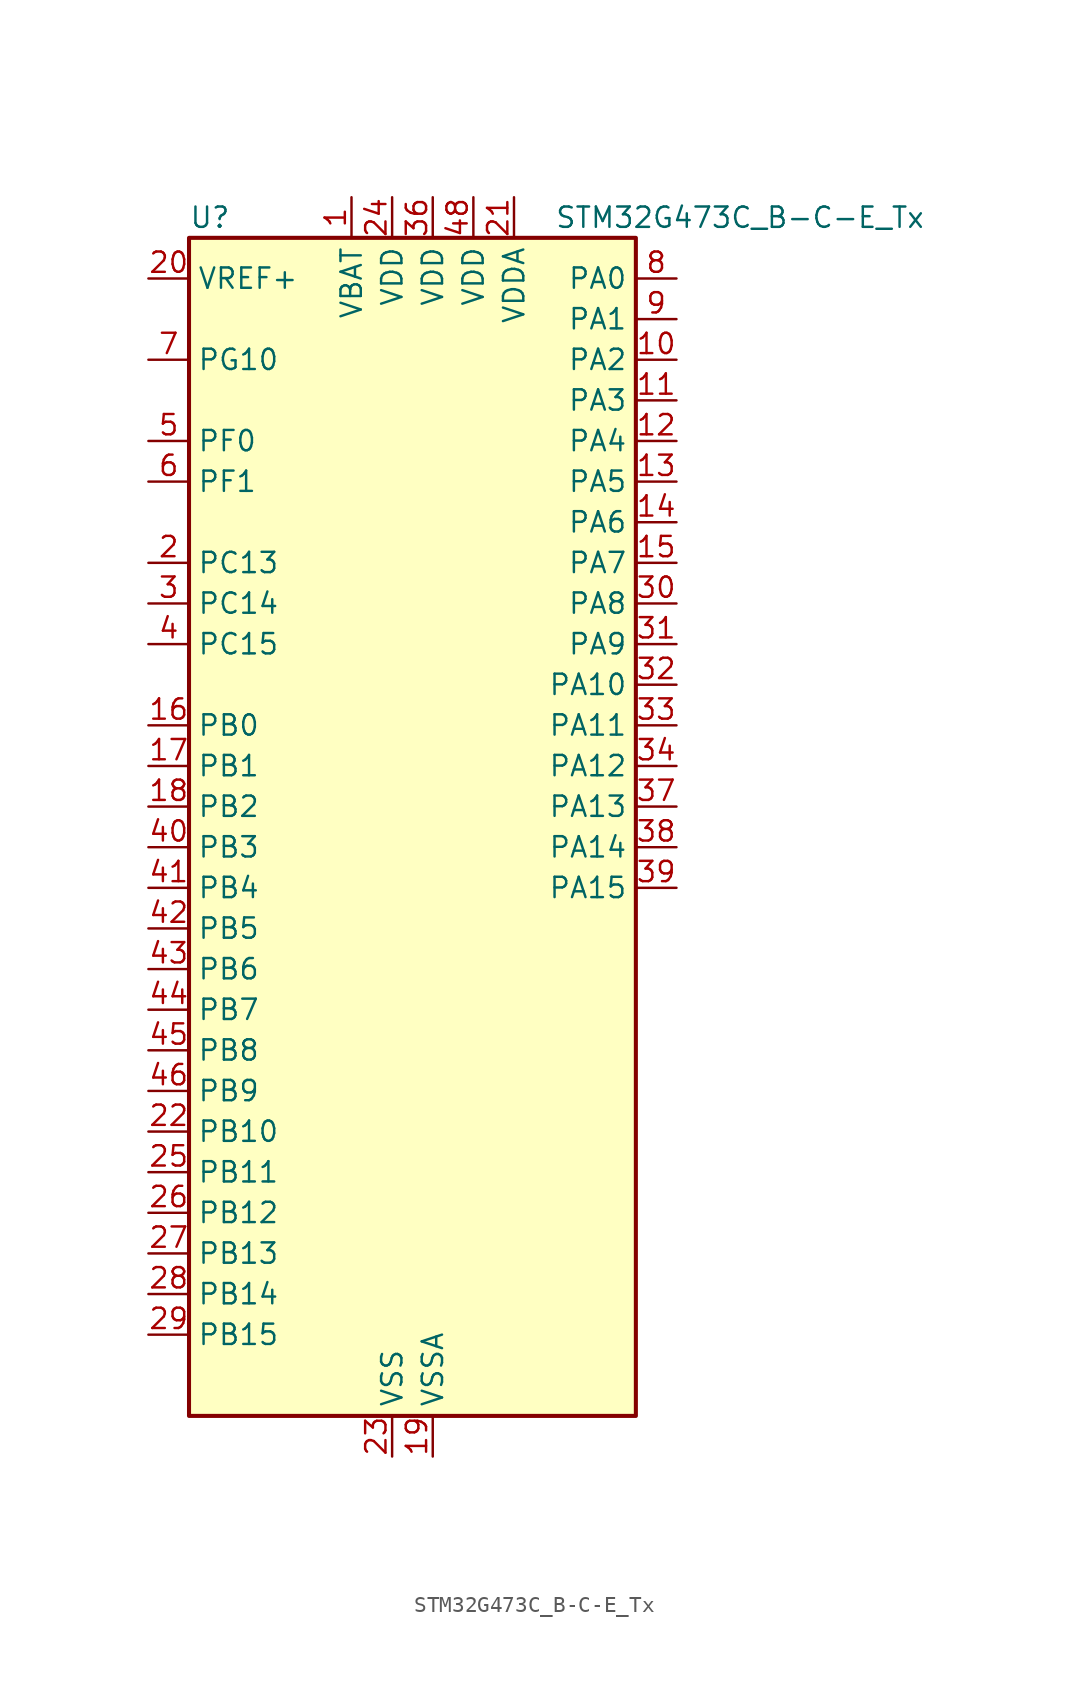
<source format=kicad_sym>
(kicad_symbol_lib
  (version 20220914)
  (generator kicad_symbol_editor)
  (symbol "STM32G473C_B-C-E_Tx"
    (property "Reference" "U"
      (at -12.7 39.37 0)
      (effects (font (size 1.27 1.27)) (justify left)))
    (property "Value" "STM32G473C_B-C-E_Tx"
      (at 10.16 39.37 0)
      (effects (font (size 1.27 1.27)) (justify left)))
    (property "ki_locked" ""
      (at 0 0 0)
      (effects (font (size 1.27 1.27))))
    (symbol "STM32G473C_B-C-E_Tx_0_1"
      (rectangle (start -12.7 -35.56) (end 15.24 38.1) (stroke (width 0.254) (type default)) (fill (type background))))
    (symbol "STM32G473C_B-C-E_Tx_1_1"
      (pin power_in line (at -2.54 40.64 270) (length 2.54) (name "VBAT" (effects (font (size 1.27 1.27)))) (number "1" (effects (font (size 1.27 1.27)))))
      (pin bidirectional line (at 17.78 30.48 180) (length 2.54) (name "PA2" (effects (font (size 1.27 1.27)))) (number "10" (effects (font (size 1.27 1.27)))) (alternate "ADC1_IN3" bidirectional line) (alternate "ADC3_EXTI2" bidirectional line) (alternate "ADC4_EXTI2" bidirectional line) (alternate "ADC5_EXTI2" bidirectional line) (alternate "COMP2_INM" bidirectional line) (alternate "COMP2_OUT" bidirectional line) (alternate "LPUART1_TX" bidirectional line) (alternate "OPAMP1_VOUT" bidirectional line) (alternate "QUADSPI1_BK1_NCS" bidirectional line) (alternate "RCC_LSCO" bidirectional line) (alternate "SYS_WKUP4" bidirectional line) (alternate "TIM15_CH1" bidirectional line) (alternate "TIM2_CH3" bidirectional line) (alternate "TIM5_CH3" bidirectional line) (alternate "UCPD1_FRSTX1" bidirectional line) (alternate "UCPD1_FRSTX2" bidirectional line) (alternate "USART2_TX" bidirectional line))
      (pin bidirectional line (at 17.78 27.94 180) (length 2.54) (name "PA3" (effects (font (size 1.27 1.27)))) (number "11" (effects (font (size 1.27 1.27)))) (alternate "ADC1_IN4" bidirectional line) (alternate "ADC3_EXTI3" bidirectional line) (alternate "ADC4_EXTI3" bidirectional line) (alternate "ADC5_EXTI3" bidirectional line) (alternate "COMP2_INP" bidirectional line) (alternate "LPUART1_RX" bidirectional line) (alternate "OPAMP1_VINM" bidirectional line) (alternate "OPAMP1_VINM0" bidirectional line) (alternate "OPAMP1_VINM_SEC" bidirectional line) (alternate "OPAMP1_VINP" bidirectional line) (alternate "OPAMP1_VINP_SEC" bidirectional line) (alternate "OPAMP5_VINM" bidirectional line) (alternate "OPAMP5_VINM1" bidirectional line) (alternate "OPAMP5_VINM_SEC" bidirectional line) (alternate "QUADSPI1_CLK" bidirectional line) (alternate "SAI1_CK1" bidirectional line) (alternate "SAI1_MCLK_A" bidirectional line) (alternate "TIM15_CH2" bidirectional line) (alternate "TIM2_CH4" bidirectional line) (alternate "TIM5_CH4" bidirectional line) (alternate "USART2_RX" bidirectional line))
      (pin bidirectional line (at 17.78 25.4 180) (length 2.54) (name "PA4" (effects (font (size 1.27 1.27)))) (number "12" (effects (font (size 1.27 1.27)))) (alternate "ADC2_IN17" bidirectional line) (alternate "COMP1_INM" bidirectional line) (alternate "DAC1_OUT1" bidirectional line) (alternate "I2S3_WS" bidirectional line) (alternate "SAI1_FS_B" bidirectional line) (alternate "SPI1_NSS" bidirectional line) (alternate "SPI3_NSS" bidirectional line) (alternate "TIM3_CH2" bidirectional line) (alternate "USART2_CK" bidirectional line))
      (pin bidirectional line (at 17.78 22.86 180) (length 2.54) (name "PA5" (effects (font (size 1.27 1.27)))) (number "13" (effects (font (size 1.27 1.27)))) (alternate "ADC2_IN13" bidirectional line) (alternate "COMP2_INM" bidirectional line) (alternate "DAC1_OUT2" bidirectional line) (alternate "OPAMP2_VINM" bidirectional line) (alternate "OPAMP2_VINM0" bidirectional line) (alternate "OPAMP2_VINM_SEC" bidirectional line) (alternate "SPI1_SCK" bidirectional line) (alternate "TIM2_CH1" bidirectional line) (alternate "TIM2_ETR" bidirectional line) (alternate "UCPD1_FRSTX1" bidirectional line) (alternate "UCPD1_FRSTX2" bidirectional line))
      (pin bidirectional line (at 17.78 20.32 180) (length 2.54) (name "PA6" (effects (font (size 1.27 1.27)))) (number "14" (effects (font (size 1.27 1.27)))) (alternate "ADC2_IN3" bidirectional line) (alternate "COMP1_OUT" bidirectional line) (alternate "DAC2_OUT1" bidirectional line) (alternate "LPUART1_CTS" bidirectional line) (alternate "OPAMP2_VOUT" bidirectional line) (alternate "QUADSPI1_BK1_IO3" bidirectional line) (alternate "SPI1_MISO" bidirectional line) (alternate "TIM16_CH1" bidirectional line) (alternate "TIM1_BKIN" bidirectional line) (alternate "TIM3_CH1" bidirectional line) (alternate "TIM8_BKIN" bidirectional line))
      (pin bidirectional line (at 17.78 17.78 180) (length 2.54) (name "PA7" (effects (font (size 1.27 1.27)))) (number "15" (effects (font (size 1.27 1.27)))) (alternate "ADC2_IN4" bidirectional line) (alternate "COMP2_INP" bidirectional line) (alternate "COMP2_OUT" bidirectional line) (alternate "OPAMP1_VINP" bidirectional line) (alternate "OPAMP1_VINP_SEC" bidirectional line) (alternate "OPAMP2_VINP" bidirectional line) (alternate "OPAMP2_VINP_SEC" bidirectional line) (alternate "QUADSPI1_BK1_IO2" bidirectional line) (alternate "SPI1_MOSI" bidirectional line) (alternate "TIM17_CH1" bidirectional line) (alternate "TIM1_CH1N" bidirectional line) (alternate "TIM3_CH2" bidirectional line) (alternate "TIM8_CH1N" bidirectional line) (alternate "UCPD1_FRSTX1" bidirectional line) (alternate "UCPD1_FRSTX2" bidirectional line))
      (pin bidirectional line (at -15.24 7.62 0) (length 2.54) (name "PB0" (effects (font (size 1.27 1.27)))) (number "16" (effects (font (size 1.27 1.27)))) (alternate "ADC1_IN15" bidirectional line) (alternate "ADC3_IN12" bidirectional line) (alternate "COMP4_INP" bidirectional line) (alternate "OPAMP2_VINP" bidirectional line) (alternate "OPAMP2_VINP_SEC" bidirectional line) (alternate "OPAMP3_VINP" bidirectional line) (alternate "OPAMP3_VINP_SEC" bidirectional line) (alternate "QUADSPI1_BK1_IO1" bidirectional line) (alternate "TIM1_CH2N" bidirectional line) (alternate "TIM3_CH3" bidirectional line) (alternate "TIM8_CH2N" bidirectional line) (alternate "UCPD1_FRSTX1" bidirectional line) (alternate "UCPD1_FRSTX2" bidirectional line))
      (pin bidirectional line (at -15.24 5.08 0) (length 2.54) (name "PB1" (effects (font (size 1.27 1.27)))) (number "17" (effects (font (size 1.27 1.27)))) (alternate "ADC1_IN12" bidirectional line) (alternate "ADC3_IN1" bidirectional line) (alternate "COMP1_INP" bidirectional line) (alternate "COMP4_OUT" bidirectional line) (alternate "LPUART1_DE" bidirectional line) (alternate "LPUART1_RTS" bidirectional line) (alternate "OPAMP3_VOUT" bidirectional line) (alternate "OPAMP6_VINM" bidirectional line) (alternate "OPAMP6_VINM1" bidirectional line) (alternate "OPAMP6_VINM_SEC" bidirectional line) (alternate "QUADSPI1_BK1_IO0" bidirectional line) (alternate "TIM1_CH3N" bidirectional line) (alternate "TIM3_CH4" bidirectional line) (alternate "TIM8_CH3N" bidirectional line))
      (pin bidirectional line (at -15.24 2.54 0) (length 2.54) (name "PB2" (effects (font (size 1.27 1.27)))) (number "18" (effects (font (size 1.27 1.27)))) (alternate "ADC2_IN12" bidirectional line) (alternate "ADC3_EXTI2" bidirectional line) (alternate "ADC4_EXTI2" bidirectional line) (alternate "ADC5_EXTI2" bidirectional line) (alternate "COMP4_INM" bidirectional line) (alternate "I2C3_SMBA" bidirectional line) (alternate "LPTIM1_OUT" bidirectional line) (alternate "OPAMP3_VINM" bidirectional line) (alternate "OPAMP3_VINM0" bidirectional line) (alternate "OPAMP3_VINM_SEC" bidirectional line) (alternate "QUADSPI1_BK2_IO1" bidirectional line) (alternate "RTC_OUT2" bidirectional line) (alternate "TIM20_CH1" bidirectional line) (alternate "TIM5_CH1" bidirectional line))
      (pin power_in line (at 2.54 -38.1 90) (length 2.54) (name "VSSA" (effects (font (size 1.27 1.27)))) (number "19" (effects (font (size 1.27 1.27)))))
      (pin bidirectional line (at -15.24 17.78 0) (length 2.54) (name "PC13" (effects (font (size 1.27 1.27)))) (number "2" (effects (font (size 1.27 1.27)))) (alternate "RTC_OUT1" bidirectional line) (alternate "RTC_TAMP1" bidirectional line) (alternate "RTC_TS" bidirectional line) (alternate "SYS_WKUP2" bidirectional line) (alternate "TIM1_BKIN" bidirectional line) (alternate "TIM1_CH1N" bidirectional line) (alternate "TIM8_CH4N" bidirectional line))
      (pin input line (at -15.24 35.56 0) (length 2.54) (name "VREF+" (effects (font (size 1.27 1.27)))) (number "20" (effects (font (size 1.27 1.27)))) (alternate "VREFBUF_OUT" bidirectional line))
      (pin power_in line (at 7.62 40.64 270) (length 2.54) (name "VDDA" (effects (font (size 1.27 1.27)))) (number "21" (effects (font (size 1.27 1.27)))))
      (pin bidirectional line (at -15.24 -17.78 0) (length 2.54) (name "PB10" (effects (font (size 1.27 1.27)))) (number "22" (effects (font (size 1.27 1.27)))) (alternate "COMP5_INM" bidirectional line) (alternate "DAC1_EXTI10" bidirectional line) (alternate "DAC2_EXTI10" bidirectional line) (alternate "DAC3_EXTI10" bidirectional line) (alternate "DAC4_EXTI10" bidirectional line) (alternate "LPUART1_RX" bidirectional line) (alternate "OPAMP3_VINM" bidirectional line) (alternate "OPAMP3_VINM1" bidirectional line) (alternate "OPAMP3_VINM_SEC" bidirectional line) (alternate "OPAMP4_VINM" bidirectional line) (alternate "OPAMP4_VINM0" bidirectional line) (alternate "OPAMP4_VINM_SEC" bidirectional line) (alternate "QUADSPI1_CLK" bidirectional line) (alternate "SAI1_SCK_A" bidirectional line) (alternate "TIM1_BKIN" bidirectional line) (alternate "TIM2_CH3" bidirectional line) (alternate "USART3_TX" bidirectional line))
      (pin power_in line (at 0 -38.1 90) (length 2.54) (name "VSS" (effects (font (size 1.27 1.27)))) (number "23" (effects (font (size 1.27 1.27)))))
      (pin power_in line (at 0 40.64 270) (length 2.54) (name "VDD" (effects (font (size 1.27 1.27)))) (number "24" (effects (font (size 1.27 1.27)))))
      (pin bidirectional line (at -15.24 -20.32 0) (length 2.54) (name "PB11" (effects (font (size 1.27 1.27)))) (number "25" (effects (font (size 1.27 1.27)))) (alternate "ADC1_EXTI11" bidirectional line) (alternate "ADC1_IN14" bidirectional line) (alternate "ADC2_EXTI11" bidirectional line) (alternate "ADC2_IN14" bidirectional line) (alternate "COMP6_INP" bidirectional line) (alternate "LPUART1_TX" bidirectional line) (alternate "OPAMP4_VINP" bidirectional line) (alternate "OPAMP4_VINP_SEC" bidirectional line) (alternate "OPAMP6_VOUT" bidirectional line) (alternate "QUADSPI1_BK1_NCS" bidirectional line) (alternate "TIM2_CH4" bidirectional line) (alternate "USART3_RX" bidirectional line))
      (pin bidirectional line (at -15.24 -22.86 0) (length 2.54) (name "PB12" (effects (font (size 1.27 1.27)))) (number "26" (effects (font (size 1.27 1.27)))) (alternate "ADC1_IN11" bidirectional line) (alternate "ADC4_IN3" bidirectional line) (alternate "COMP7_INM" bidirectional line) (alternate "FDCAN2_RX" bidirectional line) (alternate "I2C2_SMBA" bidirectional line) (alternate "I2S2_WS" bidirectional line) (alternate "LPUART1_DE" bidirectional line) (alternate "LPUART1_RTS" bidirectional line) (alternate "OPAMP4_VOUT" bidirectional line) (alternate "OPAMP6_VINP" bidirectional line) (alternate "OPAMP6_VINP_SEC" bidirectional line) (alternate "SPI2_NSS" bidirectional line) (alternate "TIM1_BKIN" bidirectional line) (alternate "TIM5_ETR" bidirectional line) (alternate "USART3_CK" bidirectional line))
      (pin bidirectional line (at -15.24 -25.4 0) (length 2.54) (name "PB13" (effects (font (size 1.27 1.27)))) (number "27" (effects (font (size 1.27 1.27)))) (alternate "ADC3_IN5" bidirectional line) (alternate "COMP5_INP" bidirectional line) (alternate "FDCAN2_TX" bidirectional line) (alternate "I2S2_CK" bidirectional line) (alternate "LPUART1_CTS" bidirectional line) (alternate "OPAMP3_VINP" bidirectional line) (alternate "OPAMP3_VINP_SEC" bidirectional line) (alternate "OPAMP4_VINP" bidirectional line) (alternate "OPAMP4_VINP_SEC" bidirectional line) (alternate "OPAMP6_VINP" bidirectional line) (alternate "OPAMP6_VINP_SEC" bidirectional line) (alternate "SPI2_SCK" bidirectional line) (alternate "TIM1_CH1N" bidirectional line) (alternate "USART3_CTS" bidirectional line) (alternate "USART3_NSS" bidirectional line))
      (pin bidirectional line (at -15.24 -27.94 0) (length 2.54) (name "PB14" (effects (font (size 1.27 1.27)))) (number "28" (effects (font (size 1.27 1.27)))) (alternate "ADC1_IN5" bidirectional line) (alternate "ADC4_IN4" bidirectional line) (alternate "COMP4_OUT" bidirectional line) (alternate "COMP7_INP" bidirectional line) (alternate "OPAMP2_VINP" bidirectional line) (alternate "OPAMP2_VINP_SEC" bidirectional line) (alternate "OPAMP5_VINP" bidirectional line) (alternate "OPAMP5_VINP_SEC" bidirectional line) (alternate "SPI2_MISO" bidirectional line) (alternate "TIM15_CH1" bidirectional line) (alternate "TIM1_CH2N" bidirectional line) (alternate "USART3_DE" bidirectional line) (alternate "USART3_RTS" bidirectional line))
      (pin bidirectional line (at -15.24 -30.48 0) (length 2.54) (name "PB15" (effects (font (size 1.27 1.27)))) (number "29" (effects (font (size 1.27 1.27)))) (alternate "ADC1_EXTI15" bidirectional line) (alternate "ADC2_EXTI15" bidirectional line) (alternate "ADC2_IN15" bidirectional line) (alternate "ADC4_IN5" bidirectional line) (alternate "COMP3_OUT" bidirectional line) (alternate "COMP6_INM" bidirectional line) (alternate "I2S2_SD" bidirectional line) (alternate "OPAMP5_VINM" bidirectional line) (alternate "OPAMP5_VINM0" bidirectional line) (alternate "OPAMP5_VINM_SEC" bidirectional line) (alternate "RTC_REFIN" bidirectional line) (alternate "SPI2_MOSI" bidirectional line) (alternate "TIM15_CH1N" bidirectional line) (alternate "TIM15_CH2" bidirectional line) (alternate "TIM1_CH3N" bidirectional line))
      (pin bidirectional line (at -15.24 15.24 0) (length 2.54) (name "PC14" (effects (font (size 1.27 1.27)))) (number "3" (effects (font (size 1.27 1.27)))) (alternate "RCC_OSC32_IN" bidirectional line))
      (pin bidirectional line (at 17.78 15.24 180) (length 2.54) (name "PA8" (effects (font (size 1.27 1.27)))) (number "30" (effects (font (size 1.27 1.27)))) (alternate "ADC5_IN1" bidirectional line) (alternate "COMP7_OUT" bidirectional line) (alternate "FDCAN3_RX" bidirectional line) (alternate "I2C2_SDA" bidirectional line) (alternate "I2C3_SCL" bidirectional line) (alternate "I2S2_MCK" bidirectional line) (alternate "OPAMP5_VOUT" bidirectional line) (alternate "RCC_MCO" bidirectional line) (alternate "SAI1_CK2" bidirectional line) (alternate "SAI1_SCK_A" bidirectional line) (alternate "TIM1_CH1" bidirectional line) (alternate "TIM4_ETR" bidirectional line) (alternate "USART1_CK" bidirectional line))
      (pin bidirectional line (at 17.78 12.7 180) (length 2.54) (name "PA9" (effects (font (size 1.27 1.27)))) (number "31" (effects (font (size 1.27 1.27)))) (alternate "ADC5_IN2" bidirectional line) (alternate "COMP5_OUT" bidirectional line) (alternate "DAC1_EXTI9" bidirectional line) (alternate "DAC2_EXTI9" bidirectional line) (alternate "DAC3_EXTI9" bidirectional line) (alternate "DAC4_EXTI9" bidirectional line) (alternate "I2C2_SCL" bidirectional line) (alternate "I2C3_SMBA" bidirectional line) (alternate "I2S3_MCK" bidirectional line) (alternate "SAI1_FS_A" bidirectional line) (alternate "TIM15_BKIN" bidirectional line) (alternate "TIM1_CH2" bidirectional line) (alternate "TIM2_CH3" bidirectional line) (alternate "UCPD1_DBCC1" bidirectional line) (alternate "USART1_TX" bidirectional line))
      (pin bidirectional line (at 17.78 10.16 180) (length 2.54) (name "PA10" (effects (font (size 1.27 1.27)))) (number "32" (effects (font (size 1.27 1.27)))) (alternate "COMP6_OUT" bidirectional line) (alternate "CRS_SYNC" bidirectional line) (alternate "DAC1_EXTI10" bidirectional line) (alternate "DAC2_EXTI10" bidirectional line) (alternate "DAC3_EXTI10" bidirectional line) (alternate "DAC4_EXTI10" bidirectional line) (alternate "I2C2_SMBA" bidirectional line) (alternate "SAI1_D1" bidirectional line) (alternate "SAI1_SD_A" bidirectional line) (alternate "SPI2_MISO" bidirectional line) (alternate "TIM17_BKIN" bidirectional line) (alternate "TIM1_CH3" bidirectional line) (alternate "TIM2_CH4" bidirectional line) (alternate "TIM8_BKIN" bidirectional line) (alternate "UCPD1_DBCC2" bidirectional line) (alternate "USART1_RX" bidirectional line))
      (pin bidirectional line (at 17.78 7.62 180) (length 2.54) (name "PA11" (effects (font (size 1.27 1.27)))) (number "33" (effects (font (size 1.27 1.27)))) (alternate "ADC1_EXTI11" bidirectional line) (alternate "ADC2_EXTI11" bidirectional line) (alternate "COMP1_OUT" bidirectional line) (alternate "FDCAN1_RX" bidirectional line) (alternate "I2S2_SD" bidirectional line) (alternate "SPI2_MOSI" bidirectional line) (alternate "TIM1_BKIN2" bidirectional line) (alternate "TIM1_CH1N" bidirectional line) (alternate "TIM1_CH4" bidirectional line) (alternate "TIM4_CH1" bidirectional line) (alternate "USART1_CTS" bidirectional line) (alternate "USART1_NSS" bidirectional line) (alternate "USB_DM" bidirectional line))
      (pin bidirectional line (at 17.78 5.08 180) (length 2.54) (name "PA12" (effects (font (size 1.27 1.27)))) (number "34" (effects (font (size 1.27 1.27)))) (alternate "COMP2_OUT" bidirectional line) (alternate "FDCAN1_TX" bidirectional line) (alternate "I2S_CKIN" bidirectional line) (alternate "TIM16_CH1" bidirectional line) (alternate "TIM1_CH2N" bidirectional line) (alternate "TIM1_ETR" bidirectional line) (alternate "TIM4_CH2" bidirectional line) (alternate "USART1_DE" bidirectional line) (alternate "USART1_RTS" bidirectional line) (alternate "USB_DP" bidirectional line))
      (pin passive line (at 0 -38.1 90) (length 2.54) hide (name "VSS" (effects (font (size 1.27 1.27)))) (number "35" (effects (font (size 1.27 1.27)))))
      (pin power_in line (at 2.54 40.64 270) (length 2.54) (name "VDD" (effects (font (size 1.27 1.27)))) (number "36" (effects (font (size 1.27 1.27)))))
      (pin bidirectional line (at 17.78 2.54 180) (length 2.54) (name "PA13" (effects (font (size 1.27 1.27)))) (number "37" (effects (font (size 1.27 1.27)))) (alternate "I2C1_SCL" bidirectional line) (alternate "I2C4_SCL" bidirectional line) (alternate "IR_OUT" bidirectional line) (alternate "SAI1_SD_B" bidirectional line) (alternate "SYS_JTMS-SWDIO" bidirectional line) (alternate "TIM16_CH1N" bidirectional line) (alternate "TIM4_CH3" bidirectional line) (alternate "USART3_CTS" bidirectional line) (alternate "USART3_NSS" bidirectional line))
      (pin bidirectional line (at 17.78 0 180) (length 2.54) (name "PA14" (effects (font (size 1.27 1.27)))) (number "38" (effects (font (size 1.27 1.27)))) (alternate "I2C1_SDA" bidirectional line) (alternate "I2C4_SMBA" bidirectional line) (alternate "LPTIM1_OUT" bidirectional line) (alternate "SAI1_FS_B" bidirectional line) (alternate "SYS_JTCK-SWCLK" bidirectional line) (alternate "TIM1_BKIN" bidirectional line) (alternate "TIM8_CH2" bidirectional line) (alternate "USART2_TX" bidirectional line))
      (pin bidirectional line (at 17.78 -2.54 180) (length 2.54) (name "PA15" (effects (font (size 1.27 1.27)))) (number "39" (effects (font (size 1.27 1.27)))) (alternate "ADC1_EXTI15" bidirectional line) (alternate "ADC2_EXTI15" bidirectional line) (alternate "FDCAN3_TX" bidirectional line) (alternate "I2C1_SCL" bidirectional line) (alternate "I2S3_WS" bidirectional line) (alternate "SPI1_NSS" bidirectional line) (alternate "SPI3_NSS" bidirectional line) (alternate "SYS_JTDI" bidirectional line) (alternate "TIM1_BKIN" bidirectional line) (alternate "TIM2_CH1" bidirectional line) (alternate "TIM2_ETR" bidirectional line) (alternate "TIM8_CH1" bidirectional line) (alternate "USART2_RX" bidirectional line))
      (pin bidirectional line (at -15.24 12.7 0) (length 2.54) (name "PC15" (effects (font (size 1.27 1.27)))) (number "4" (effects (font (size 1.27 1.27)))) (alternate "ADC1_EXTI15" bidirectional line) (alternate "ADC2_EXTI15" bidirectional line) (alternate "RCC_OSC32_OUT" bidirectional line))
      (pin bidirectional line (at -15.24 0 0) (length 2.54) (name "PB3" (effects (font (size 1.27 1.27)))) (number "40" (effects (font (size 1.27 1.27)))) (alternate "ADC3_EXTI3" bidirectional line) (alternate "ADC4_EXTI3" bidirectional line) (alternate "ADC5_EXTI3" bidirectional line) (alternate "CRS_SYNC" bidirectional line) (alternate "FDCAN3_RX" bidirectional line) (alternate "I2S3_CK" bidirectional line) (alternate "SAI1_SCK_B" bidirectional line) (alternate "SPI1_SCK" bidirectional line) (alternate "SPI3_SCK" bidirectional line) (alternate "SYS_JTDO-SWO" bidirectional line) (alternate "TIM2_CH2" bidirectional line) (alternate "TIM3_ETR" bidirectional line) (alternate "TIM4_ETR" bidirectional line) (alternate "TIM8_CH1N" bidirectional line) (alternate "USART2_TX" bidirectional line))
      (pin bidirectional line (at -15.24 -2.54 0) (length 2.54) (name "PB4" (effects (font (size 1.27 1.27)))) (number "41" (effects (font (size 1.27 1.27)))) (alternate "FDCAN3_TX" bidirectional line) (alternate "SAI1_MCLK_B" bidirectional line) (alternate "SPI1_MISO" bidirectional line) (alternate "SPI3_MISO" bidirectional line) (alternate "SYS_JTRST" bidirectional line) (alternate "TIM16_CH1" bidirectional line) (alternate "TIM17_BKIN" bidirectional line) (alternate "TIM3_CH1" bidirectional line) (alternate "TIM8_CH2N" bidirectional line) (alternate "UCPD1_CC2" bidirectional line) (alternate "USART2_RX" bidirectional line))
      (pin bidirectional line (at -15.24 -5.08 0) (length 2.54) (name "PB5" (effects (font (size 1.27 1.27)))) (number "42" (effects (font (size 1.27 1.27)))) (alternate "FDCAN2_RX" bidirectional line) (alternate "I2C1_SMBA" bidirectional line) (alternate "I2C3_SDA" bidirectional line) (alternate "I2S3_SD" bidirectional line) (alternate "LPTIM1_IN1" bidirectional line) (alternate "SAI1_SD_B" bidirectional line) (alternate "SPI1_MOSI" bidirectional line) (alternate "SPI3_MOSI" bidirectional line) (alternate "TIM16_BKIN" bidirectional line) (alternate "TIM17_CH1" bidirectional line) (alternate "TIM3_CH2" bidirectional line) (alternate "TIM8_CH3N" bidirectional line) (alternate "USART2_CK" bidirectional line))
      (pin bidirectional line (at -15.24 -7.62 0) (length 2.54) (name "PB6" (effects (font (size 1.27 1.27)))) (number "43" (effects (font (size 1.27 1.27)))) (alternate "COMP4_OUT" bidirectional line) (alternate "FDCAN2_TX" bidirectional line) (alternate "LPTIM1_ETR" bidirectional line) (alternate "SAI1_FS_B" bidirectional line) (alternate "TIM16_CH1N" bidirectional line) (alternate "TIM4_CH1" bidirectional line) (alternate "TIM8_BKIN2" bidirectional line) (alternate "TIM8_CH1" bidirectional line) (alternate "TIM8_ETR" bidirectional line) (alternate "UCPD1_CC1" bidirectional line) (alternate "USART1_TX" bidirectional line))
      (pin bidirectional line (at -15.24 -10.16 0) (length 2.54) (name "PB7" (effects (font (size 1.27 1.27)))) (number "44" (effects (font (size 1.27 1.27)))) (alternate "COMP3_OUT" bidirectional line) (alternate "I2C1_SDA" bidirectional line) (alternate "I2C4_SDA" bidirectional line) (alternate "LPTIM1_IN2" bidirectional line) (alternate "SYS_PVD_IN" bidirectional line) (alternate "TIM17_CH1N" bidirectional line) (alternate "TIM3_CH4" bidirectional line) (alternate "TIM4_CH2" bidirectional line) (alternate "TIM8_BKIN" bidirectional line) (alternate "USART1_RX" bidirectional line))
      (pin bidirectional line (at -15.24 -12.7 0) (length 2.54) (name "PB8" (effects (font (size 1.27 1.27)))) (number "45" (effects (font (size 1.27 1.27)))) (alternate "COMP1_OUT" bidirectional line) (alternate "FDCAN1_RX" bidirectional line) (alternate "I2C1_SCL" bidirectional line) (alternate "SAI1_CK1" bidirectional line) (alternate "SAI1_MCLK_A" bidirectional line) (alternate "TIM16_CH1" bidirectional line) (alternate "TIM1_BKIN" bidirectional line) (alternate "TIM4_CH3" bidirectional line) (alternate "TIM8_CH2" bidirectional line) (alternate "USART3_RX" bidirectional line))
      (pin bidirectional line (at -15.24 -15.24 0) (length 2.54) (name "PB9" (effects (font (size 1.27 1.27)))) (number "46" (effects (font (size 1.27 1.27)))) (alternate "COMP2_OUT" bidirectional line) (alternate "DAC1_EXTI9" bidirectional line) (alternate "DAC2_EXTI9" bidirectional line) (alternate "DAC3_EXTI9" bidirectional line) (alternate "DAC4_EXTI9" bidirectional line) (alternate "FDCAN1_TX" bidirectional line) (alternate "I2C1_SDA" bidirectional line) (alternate "IR_OUT" bidirectional line) (alternate "SAI1_D2" bidirectional line) (alternate "SAI1_FS_A" bidirectional line) (alternate "TIM17_CH1" bidirectional line) (alternate "TIM1_CH3N" bidirectional line) (alternate "TIM4_CH4" bidirectional line) (alternate "TIM8_CH3" bidirectional line) (alternate "USART3_TX" bidirectional line))
      (pin passive line (at 0 -38.1 90) (length 2.54) hide (name "VSS" (effects (font (size 1.27 1.27)))) (number "47" (effects (font (size 1.27 1.27)))))
      (pin power_in line (at 5.08 40.64 270) (length 2.54) (name "VDD" (effects (font (size 1.27 1.27)))) (number "48" (effects (font (size 1.27 1.27)))))
      (pin bidirectional line (at -15.24 25.4 0) (length 2.54) (name "PF0" (effects (font (size 1.27 1.27)))) (number "5" (effects (font (size 1.27 1.27)))) (alternate "ADC1_IN10" bidirectional line) (alternate "I2C2_SDA" bidirectional line) (alternate "I2S2_WS" bidirectional line) (alternate "RCC_OSC_IN" bidirectional line) (alternate "SPI2_NSS" bidirectional line) (alternate "TIM1_CH3N" bidirectional line))
      (pin bidirectional line (at -15.24 22.86 0) (length 2.54) (name "PF1" (effects (font (size 1.27 1.27)))) (number "6" (effects (font (size 1.27 1.27)))) (alternate "ADC2_IN10" bidirectional line) (alternate "COMP3_INM" bidirectional line) (alternate "I2S2_CK" bidirectional line) (alternate "RCC_OSC_OUT" bidirectional line) (alternate "SPI2_SCK" bidirectional line))
      (pin bidirectional line (at -15.24 30.48 0) (length 2.54) (name "PG10" (effects (font (size 1.27 1.27)))) (number "7" (effects (font (size 1.27 1.27)))) (alternate "DAC1_EXTI10" bidirectional line) (alternate "DAC2_EXTI10" bidirectional line) (alternate "DAC3_EXTI10" bidirectional line) (alternate "DAC4_EXTI10" bidirectional line) (alternate "RCC_MCO" bidirectional line))
      (pin bidirectional line (at 17.78 35.56 180) (length 2.54) (name "PA0" (effects (font (size 1.27 1.27)))) (number "8" (effects (font (size 1.27 1.27)))) (alternate "ADC1_IN1" bidirectional line) (alternate "ADC2_IN1" bidirectional line) (alternate "COMP1_INM" bidirectional line) (alternate "COMP1_OUT" bidirectional line) (alternate "COMP3_INP" bidirectional line) (alternate "RTC_TAMP2" bidirectional line) (alternate "SYS_WKUP1" bidirectional line) (alternate "TIM2_CH1" bidirectional line) (alternate "TIM2_ETR" bidirectional line) (alternate "TIM5_CH1" bidirectional line) (alternate "TIM8_BKIN" bidirectional line) (alternate "TIM8_ETR" bidirectional line) (alternate "USART2_CTS" bidirectional line) (alternate "USART2_NSS" bidirectional line))
      (pin bidirectional line (at 17.78 33.02 180) (length 2.54) (name "PA1" (effects (font (size 1.27 1.27)))) (number "9" (effects (font (size 1.27 1.27)))) (alternate "ADC1_IN2" bidirectional line) (alternate "ADC2_IN2" bidirectional line) (alternate "COMP1_INP" bidirectional line) (alternate "OPAMP1_VINP" bidirectional line) (alternate "OPAMP1_VINP_SEC" bidirectional line) (alternate "OPAMP3_VINP" bidirectional line) (alternate "OPAMP3_VINP_SEC" bidirectional line) (alternate "OPAMP6_VINM" bidirectional line) (alternate "OPAMP6_VINM0" bidirectional line) (alternate "OPAMP6_VINM_SEC" bidirectional line) (alternate "RTC_REFIN" bidirectional line) (alternate "TIM15_CH1N" bidirectional line) (alternate "TIM2_CH2" bidirectional line) (alternate "TIM5_CH2" bidirectional line) (alternate "USART2_DE" bidirectional line) (alternate "USART2_RTS" bidirectional line)))))
</source>
